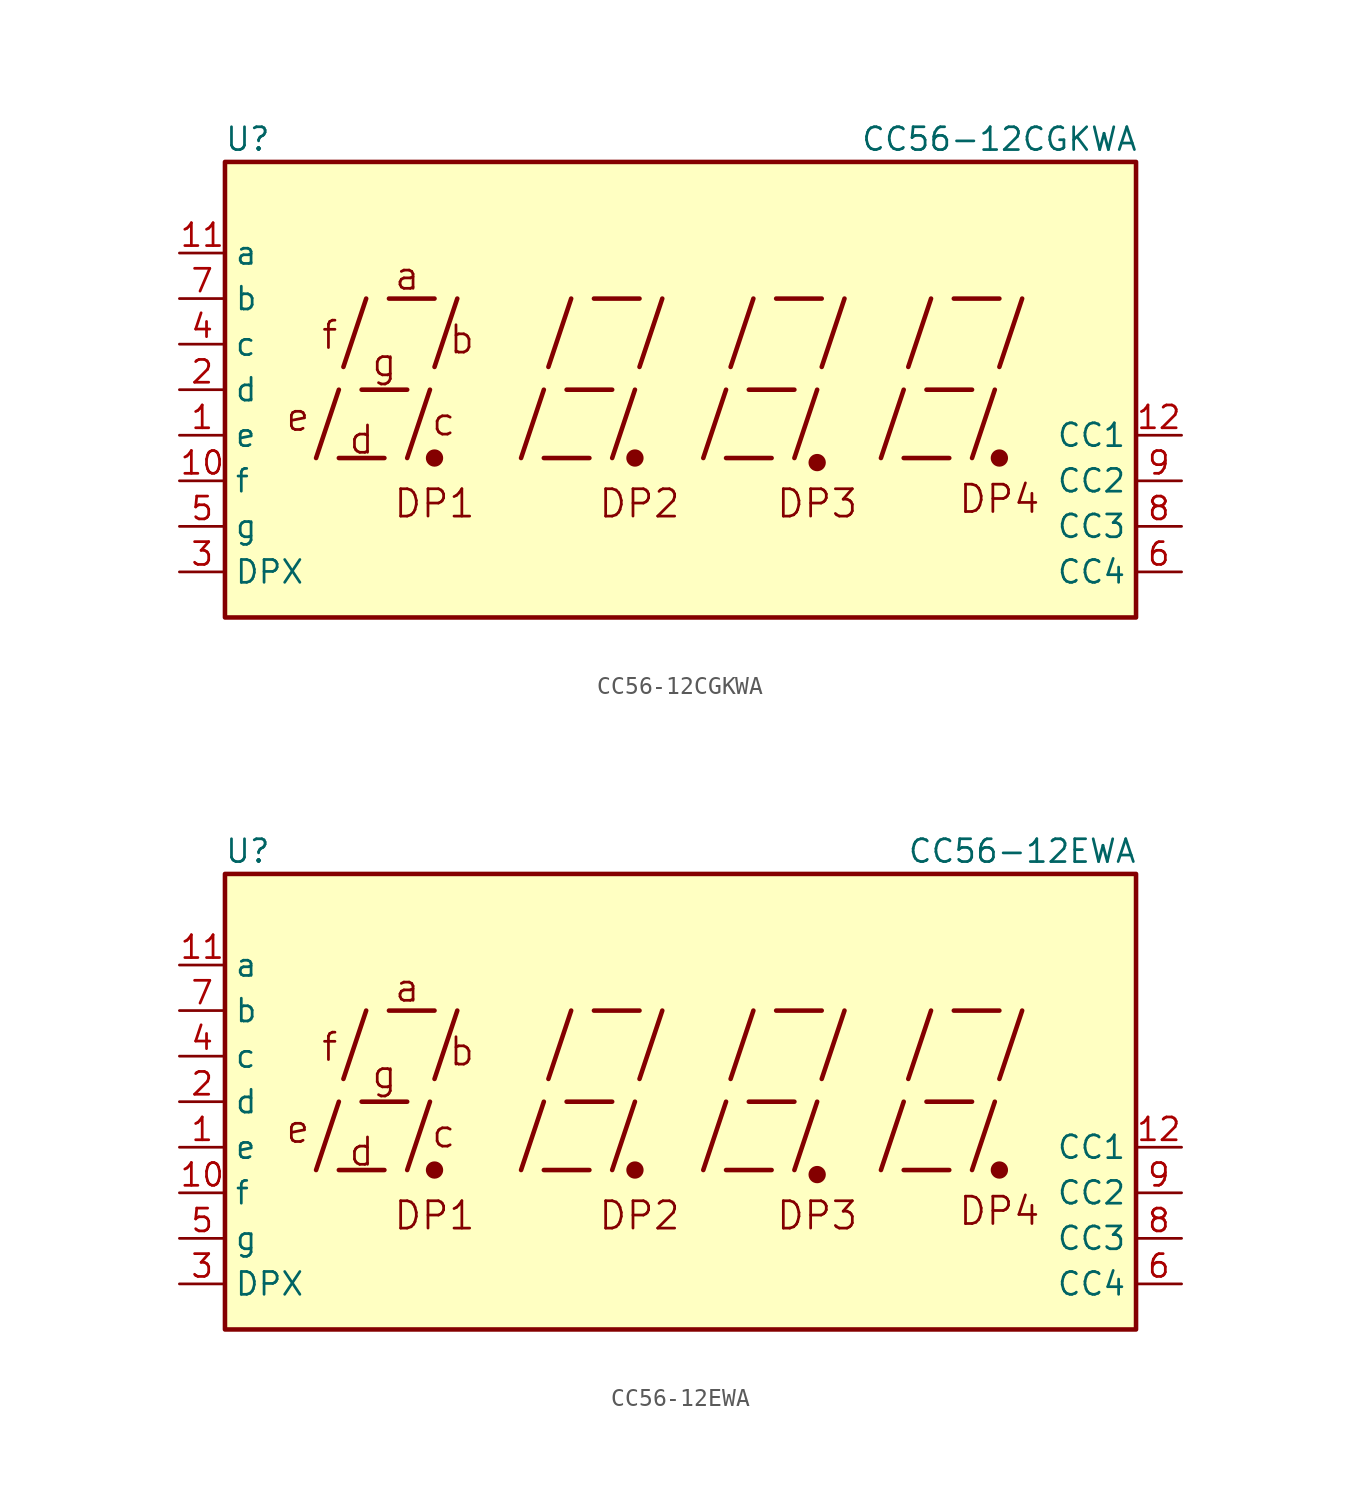
<source format=kicad_sym>
(kicad_symbol_lib
  (version 20200908)
  (generator kicad_symbol_editor)
  (symbol "Display_Character:CC56-12CGKWA"
    (property "Reference" "U"
      (at -24.13 13.97 0)
      (effects (font (size 1.27 1.27))))
    (property "Value" "CC56-12CGKWA"
      (at 17.78 13.97 0)
      (effects (font (size 1.27 1.27))))
    (symbol "CC56-12CGKWA_1_0"
      (circle (center 7.62 -4.064) (radius 0.356) (stroke (width 0.254)) (fill (type outline)))
      (circle (center 17.78 -3.81) (radius 0.356) (stroke (width 0.254)) (fill (type outline))))
    (symbol "CC56-12CGKWA_0_1"
      (circle (center -13.716 -3.81) (radius 0.356) (stroke (width 0.254)) (fill (type outline)))
      (circle (center -2.54 -3.81) (radius 0.356) (stroke (width 0.254)) (fill (type outline))))
    (symbol "CC56-12CGKWA_0_0"
      (text "a" (at -15.24 6.35 0) (effects (font (size 1.524 1.524))))
      (text "b" (at -12.192 2.794 0) (effects (font (size 1.524 1.524))))
      (text "c" (at -13.208 -1.778 0) (effects (font (size 1.524 1.524))))
      (text "d" (at -17.78 -2.794 0) (effects (font (size 1.524 1.524))))
      (text "DP1" (at -13.716 -6.35 0) (effects (font (size 1.524 1.524))))
      (text "DP2" (at -2.286 -6.35 0) (effects (font (size 1.524 1.524))))
      (text "DP3" (at 7.62 -6.35 0) (effects (font (size 1.524 1.524))))
      (text "DP4" (at 17.78 -6.096 0) (effects (font (size 1.524 1.524))))
      (text "e" (at -21.336 -1.524 0) (effects (font (size 1.524 1.524))))
      (text "f" (at -19.558 3.048 0) (effects (font (size 1.524 1.524))))
      (text "g" (at -16.51 1.524 0) (effects (font (size 1.524 1.524))))
      (rectangle (start -25.4 12.7) (end 25.4 -12.7) (stroke (width 0.254)) (fill (type background)))
      (polyline (pts (xy -20.32 -3.81) (xy -19.05 0)) (stroke (width 0.254)) (fill (type none)))
      (polyline (pts (xy -19.05 -3.81) (xy -16.51 -3.81)) (stroke (width 0.254)) (fill (type none)))
      (polyline (pts (xy -18.796 1.27) (xy -17.526 5.08)) (stroke (width 0.254)) (fill (type none)))
      (polyline (pts (xy -17.78 0) (xy -15.24 0)) (stroke (width 0.254)) (fill (type none)))
      (polyline (pts (xy -16.256 5.08) (xy -13.716 5.08)) (stroke (width 0.254)) (fill (type none)))
      (polyline (pts (xy -15.24 -3.81) (xy -13.97 0)) (stroke (width 0.254)) (fill (type none)))
      (polyline (pts (xy -13.716 1.27) (xy -12.446 5.08)) (stroke (width 0.254)) (fill (type none)))
      (polyline (pts (xy -8.89 -3.81) (xy -7.62 0)) (stroke (width 0.254)) (fill (type none)))
      (polyline (pts (xy -7.62 -3.81) (xy -5.08 -3.81)) (stroke (width 0.254)) (fill (type none)))
      (polyline (pts (xy -7.366 1.27) (xy -6.096 5.08)) (stroke (width 0.254)) (fill (type none)))
      (polyline (pts (xy -6.35 0) (xy -3.81 0)) (stroke (width 0.254)) (fill (type none)))
      (polyline (pts (xy -4.826 5.08) (xy -2.286 5.08)) (stroke (width 0.254)) (fill (type none)))
      (polyline (pts (xy -3.81 -3.81) (xy -2.54 0)) (stroke (width 0.254)) (fill (type none)))
      (polyline (pts (xy -2.286 1.27) (xy -1.016 5.08)) (stroke (width 0.254)) (fill (type none)))
      (polyline (pts (xy 1.27 -3.81) (xy 2.54 0)) (stroke (width 0.254)) (fill (type none)))
      (polyline (pts (xy 2.54 -3.81) (xy 5.08 -3.81)) (stroke (width 0.254)) (fill (type none)))
      (polyline (pts (xy 2.794 1.27) (xy 4.064 5.08)) (stroke (width 0.254)) (fill (type none)))
      (polyline (pts (xy 3.81 0) (xy 6.35 0)) (stroke (width 0.254)) (fill (type none)))
      (polyline (pts (xy 5.334 5.08) (xy 7.874 5.08)) (stroke (width 0.254)) (fill (type none)))
      (polyline (pts (xy 6.35 -3.81) (xy 7.62 0)) (stroke (width 0.254)) (fill (type none)))
      (polyline (pts (xy 7.874 1.27) (xy 9.144 5.08)) (stroke (width 0.254)) (fill (type none)))
      (polyline (pts (xy 11.176 -3.81) (xy 12.446 0)) (stroke (width 0.254)) (fill (type none)))
      (polyline (pts (xy 12.446 -3.81) (xy 14.986 -3.81)) (stroke (width 0.254)) (fill (type none)))
      (polyline (pts (xy 12.7 1.27) (xy 13.97 5.08)) (stroke (width 0.254)) (fill (type none)))
      (polyline (pts (xy 13.716 0) (xy 16.256 0)) (stroke (width 0.254)) (fill (type none)))
      (polyline (pts (xy 15.24 5.08) (xy 17.78 5.08)) (stroke (width 0.254)) (fill (type none)))
      (polyline (pts (xy 16.256 -3.81) (xy 17.526 0)) (stroke (width 0.254)) (fill (type none)))
      (polyline (pts (xy 17.78 1.27) (xy 19.05 5.08)) (stroke (width 0.254)) (fill (type none))))
    (symbol "CC56-12CGKWA_1_1"
      (pin input line (at -27.94 -2.54 0) (length 2.54) (name "e" (effects (font (size 1.27 1.27)))) (number "1" (effects (font (size 1.27 1.27)))))
      (pin input line (at -27.94 -5.08 0) (length 2.54) (name "f" (effects (font (size 1.27 1.27)))) (number "10" (effects (font (size 1.27 1.27)))))
      (pin input line (at -27.94 7.62 0) (length 2.54) (name "a" (effects (font (size 1.27 1.27)))) (number "11" (effects (font (size 1.27 1.27)))))
      (pin input line (at 27.94 -2.54 180) (length 2.54) (name "CC1" (effects (font (size 1.27 1.27)))) (number "12" (effects (font (size 1.27 1.27)))))
      (pin input line (at -27.94 0 0) (length 2.54) (name "d" (effects (font (size 1.27 1.27)))) (number "2" (effects (font (size 1.27 1.27)))))
      (pin input line (at -27.94 -10.16 0) (length 2.54) (name "DPX" (effects (font (size 1.27 1.27)))) (number "3" (effects (font (size 1.27 1.27)))))
      (pin input line (at -27.94 2.54 0) (length 2.54) (name "c" (effects (font (size 1.27 1.27)))) (number "4" (effects (font (size 1.27 1.27)))))
      (pin input line (at -27.94 -7.62 0) (length 2.54) (name "g" (effects (font (size 1.27 1.27)))) (number "5" (effects (font (size 1.27 1.27)))))
      (pin input line (at 27.94 -10.16 180) (length 2.54) (name "CC4" (effects (font (size 1.27 1.27)))) (number "6" (effects (font (size 1.27 1.27)))))
      (pin input line (at -27.94 5.08 0) (length 2.54) (name "b" (effects (font (size 1.27 1.27)))) (number "7" (effects (font (size 1.27 1.27)))))
      (pin input line (at 27.94 -7.62 180) (length 2.54) (name "CC3" (effects (font (size 1.27 1.27)))) (number "8" (effects (font (size 1.27 1.27)))))
      (pin input line (at 27.94 -5.08 180) (length 2.54) (name "CC2" (effects (font (size 1.27 1.27)))) (number "9" (effects (font (size 1.27 1.27)))))))
  (symbol "Display_Character:CC56-12EWA"
    (property "Reference" "U"
      (at -24.13 13.97 0)
      (effects (font (size 1.27 1.27))))
    (property "Value" "CC56-12EWA"
      (at 19.05 13.97 0)
      (effects (font (size 1.27 1.27))))
    (symbol "CC56-12EWA_1_0"
      (circle (center 7.62 -4.064) (radius 0.356) (stroke (width 0.254)) (fill (type outline)))
      (circle (center 17.78 -3.81) (radius 0.356) (stroke (width 0.254)) (fill (type outline))))
    (symbol "CC56-12EWA_0_1"
      (circle (center -13.716 -3.81) (radius 0.356) (stroke (width 0.254)) (fill (type outline)))
      (circle (center -2.54 -3.81) (radius 0.356) (stroke (width 0.254)) (fill (type outline))))
    (symbol "CC56-12EWA_0_0"
      (text "a" (at -15.24 6.35 0) (effects (font (size 1.524 1.524))))
      (text "b" (at -12.192 2.794 0) (effects (font (size 1.524 1.524))))
      (text "c" (at -13.208 -1.778 0) (effects (font (size 1.524 1.524))))
      (text "d" (at -17.78 -2.794 0) (effects (font (size 1.524 1.524))))
      (text "DP1" (at -13.716 -6.35 0) (effects (font (size 1.524 1.524))))
      (text "DP2" (at -2.286 -6.35 0) (effects (font (size 1.524 1.524))))
      (text "DP3" (at 7.62 -6.35 0) (effects (font (size 1.524 1.524))))
      (text "DP4" (at 17.78 -6.096 0) (effects (font (size 1.524 1.524))))
      (text "e" (at -21.336 -1.524 0) (effects (font (size 1.524 1.524))))
      (text "f" (at -19.558 3.048 0) (effects (font (size 1.524 1.524))))
      (text "g" (at -16.51 1.524 0) (effects (font (size 1.524 1.524))))
      (rectangle (start -25.4 12.7) (end 25.4 -12.7) (stroke (width 0.254)) (fill (type background)))
      (polyline (pts (xy -20.32 -3.81) (xy -19.05 0)) (stroke (width 0.254)) (fill (type none)))
      (polyline (pts (xy -19.05 -3.81) (xy -16.51 -3.81)) (stroke (width 0.254)) (fill (type none)))
      (polyline (pts (xy -18.796 1.27) (xy -17.526 5.08)) (stroke (width 0.254)) (fill (type none)))
      (polyline (pts (xy -17.78 0) (xy -15.24 0)) (stroke (width 0.254)) (fill (type none)))
      (polyline (pts (xy -16.256 5.08) (xy -13.716 5.08)) (stroke (width 0.254)) (fill (type none)))
      (polyline (pts (xy -15.24 -3.81) (xy -13.97 0)) (stroke (width 0.254)) (fill (type none)))
      (polyline (pts (xy -13.716 1.27) (xy -12.446 5.08)) (stroke (width 0.254)) (fill (type none)))
      (polyline (pts (xy -8.89 -3.81) (xy -7.62 0)) (stroke (width 0.254)) (fill (type none)))
      (polyline (pts (xy -7.62 -3.81) (xy -5.08 -3.81)) (stroke (width 0.254)) (fill (type none)))
      (polyline (pts (xy -7.366 1.27) (xy -6.096 5.08)) (stroke (width 0.254)) (fill (type none)))
      (polyline (pts (xy -6.35 0) (xy -3.81 0)) (stroke (width 0.254)) (fill (type none)))
      (polyline (pts (xy -4.826 5.08) (xy -2.286 5.08)) (stroke (width 0.254)) (fill (type none)))
      (polyline (pts (xy -3.81 -3.81) (xy -2.54 0)) (stroke (width 0.254)) (fill (type none)))
      (polyline (pts (xy -2.286 1.27) (xy -1.016 5.08)) (stroke (width 0.254)) (fill (type none)))
      (polyline (pts (xy 1.27 -3.81) (xy 2.54 0)) (stroke (width 0.254)) (fill (type none)))
      (polyline (pts (xy 2.54 -3.81) (xy 5.08 -3.81)) (stroke (width 0.254)) (fill (type none)))
      (polyline (pts (xy 2.794 1.27) (xy 4.064 5.08)) (stroke (width 0.254)) (fill (type none)))
      (polyline (pts (xy 3.81 0) (xy 6.35 0)) (stroke (width 0.254)) (fill (type none)))
      (polyline (pts (xy 5.334 5.08) (xy 7.874 5.08)) (stroke (width 0.254)) (fill (type none)))
      (polyline (pts (xy 6.35 -3.81) (xy 7.62 0)) (stroke (width 0.254)) (fill (type none)))
      (polyline (pts (xy 7.874 1.27) (xy 9.144 5.08)) (stroke (width 0.254)) (fill (type none)))
      (polyline (pts (xy 11.176 -3.81) (xy 12.446 0)) (stroke (width 0.254)) (fill (type none)))
      (polyline (pts (xy 12.446 -3.81) (xy 14.986 -3.81)) (stroke (width 0.254)) (fill (type none)))
      (polyline (pts (xy 12.7 1.27) (xy 13.97 5.08)) (stroke (width 0.254)) (fill (type none)))
      (polyline (pts (xy 13.716 0) (xy 16.256 0)) (stroke (width 0.254)) (fill (type none)))
      (polyline (pts (xy 15.24 5.08) (xy 17.78 5.08)) (stroke (width 0.254)) (fill (type none)))
      (polyline (pts (xy 16.256 -3.81) (xy 17.526 0)) (stroke (width 0.254)) (fill (type none)))
      (polyline (pts (xy 17.78 1.27) (xy 19.05 5.08)) (stroke (width 0.254)) (fill (type none))))
    (symbol "CC56-12EWA_1_1"
      (pin input line (at -27.94 -2.54 0) (length 2.54) (name "e" (effects (font (size 1.27 1.27)))) (number "1" (effects (font (size 1.27 1.27)))))
      (pin input line (at -27.94 -5.08 0) (length 2.54) (name "f" (effects (font (size 1.27 1.27)))) (number "10" (effects (font (size 1.27 1.27)))))
      (pin input line (at -27.94 7.62 0) (length 2.54) (name "a" (effects (font (size 1.27 1.27)))) (number "11" (effects (font (size 1.27 1.27)))))
      (pin input line (at 27.94 -2.54 180) (length 2.54) (name "CC1" (effects (font (size 1.27 1.27)))) (number "12" (effects (font (size 1.27 1.27)))))
      (pin input line (at -27.94 0 0) (length 2.54) (name "d" (effects (font (size 1.27 1.27)))) (number "2" (effects (font (size 1.27 1.27)))))
      (pin input line (at -27.94 -10.16 0) (length 2.54) (name "DPX" (effects (font (size 1.27 1.27)))) (number "3" (effects (font (size 1.27 1.27)))))
      (pin input line (at -27.94 2.54 0) (length 2.54) (name "c" (effects (font (size 1.27 1.27)))) (number "4" (effects (font (size 1.27 1.27)))))
      (pin input line (at -27.94 -7.62 0) (length 2.54) (name "g" (effects (font (size 1.27 1.27)))) (number "5" (effects (font (size 1.27 1.27)))))
      (pin input line (at 27.94 -10.16 180) (length 2.54) (name "CC4" (effects (font (size 1.27 1.27)))) (number "6" (effects (font (size 1.27 1.27)))))
      (pin input line (at -27.94 5.08 0) (length 2.54) (name "b" (effects (font (size 1.27 1.27)))) (number "7" (effects (font (size 1.27 1.27)))))
      (pin input line (at 27.94 -7.62 180) (length 2.54) (name "CC3" (effects (font (size 1.27 1.27)))) (number "8" (effects (font (size 1.27 1.27)))))
      (pin input line (at 27.94 -5.08 180) (length 2.54) (name "CC2" (effects (font (size 1.27 1.27)))) (number "9" (effects (font (size 1.27 1.27))))))))
</source>
